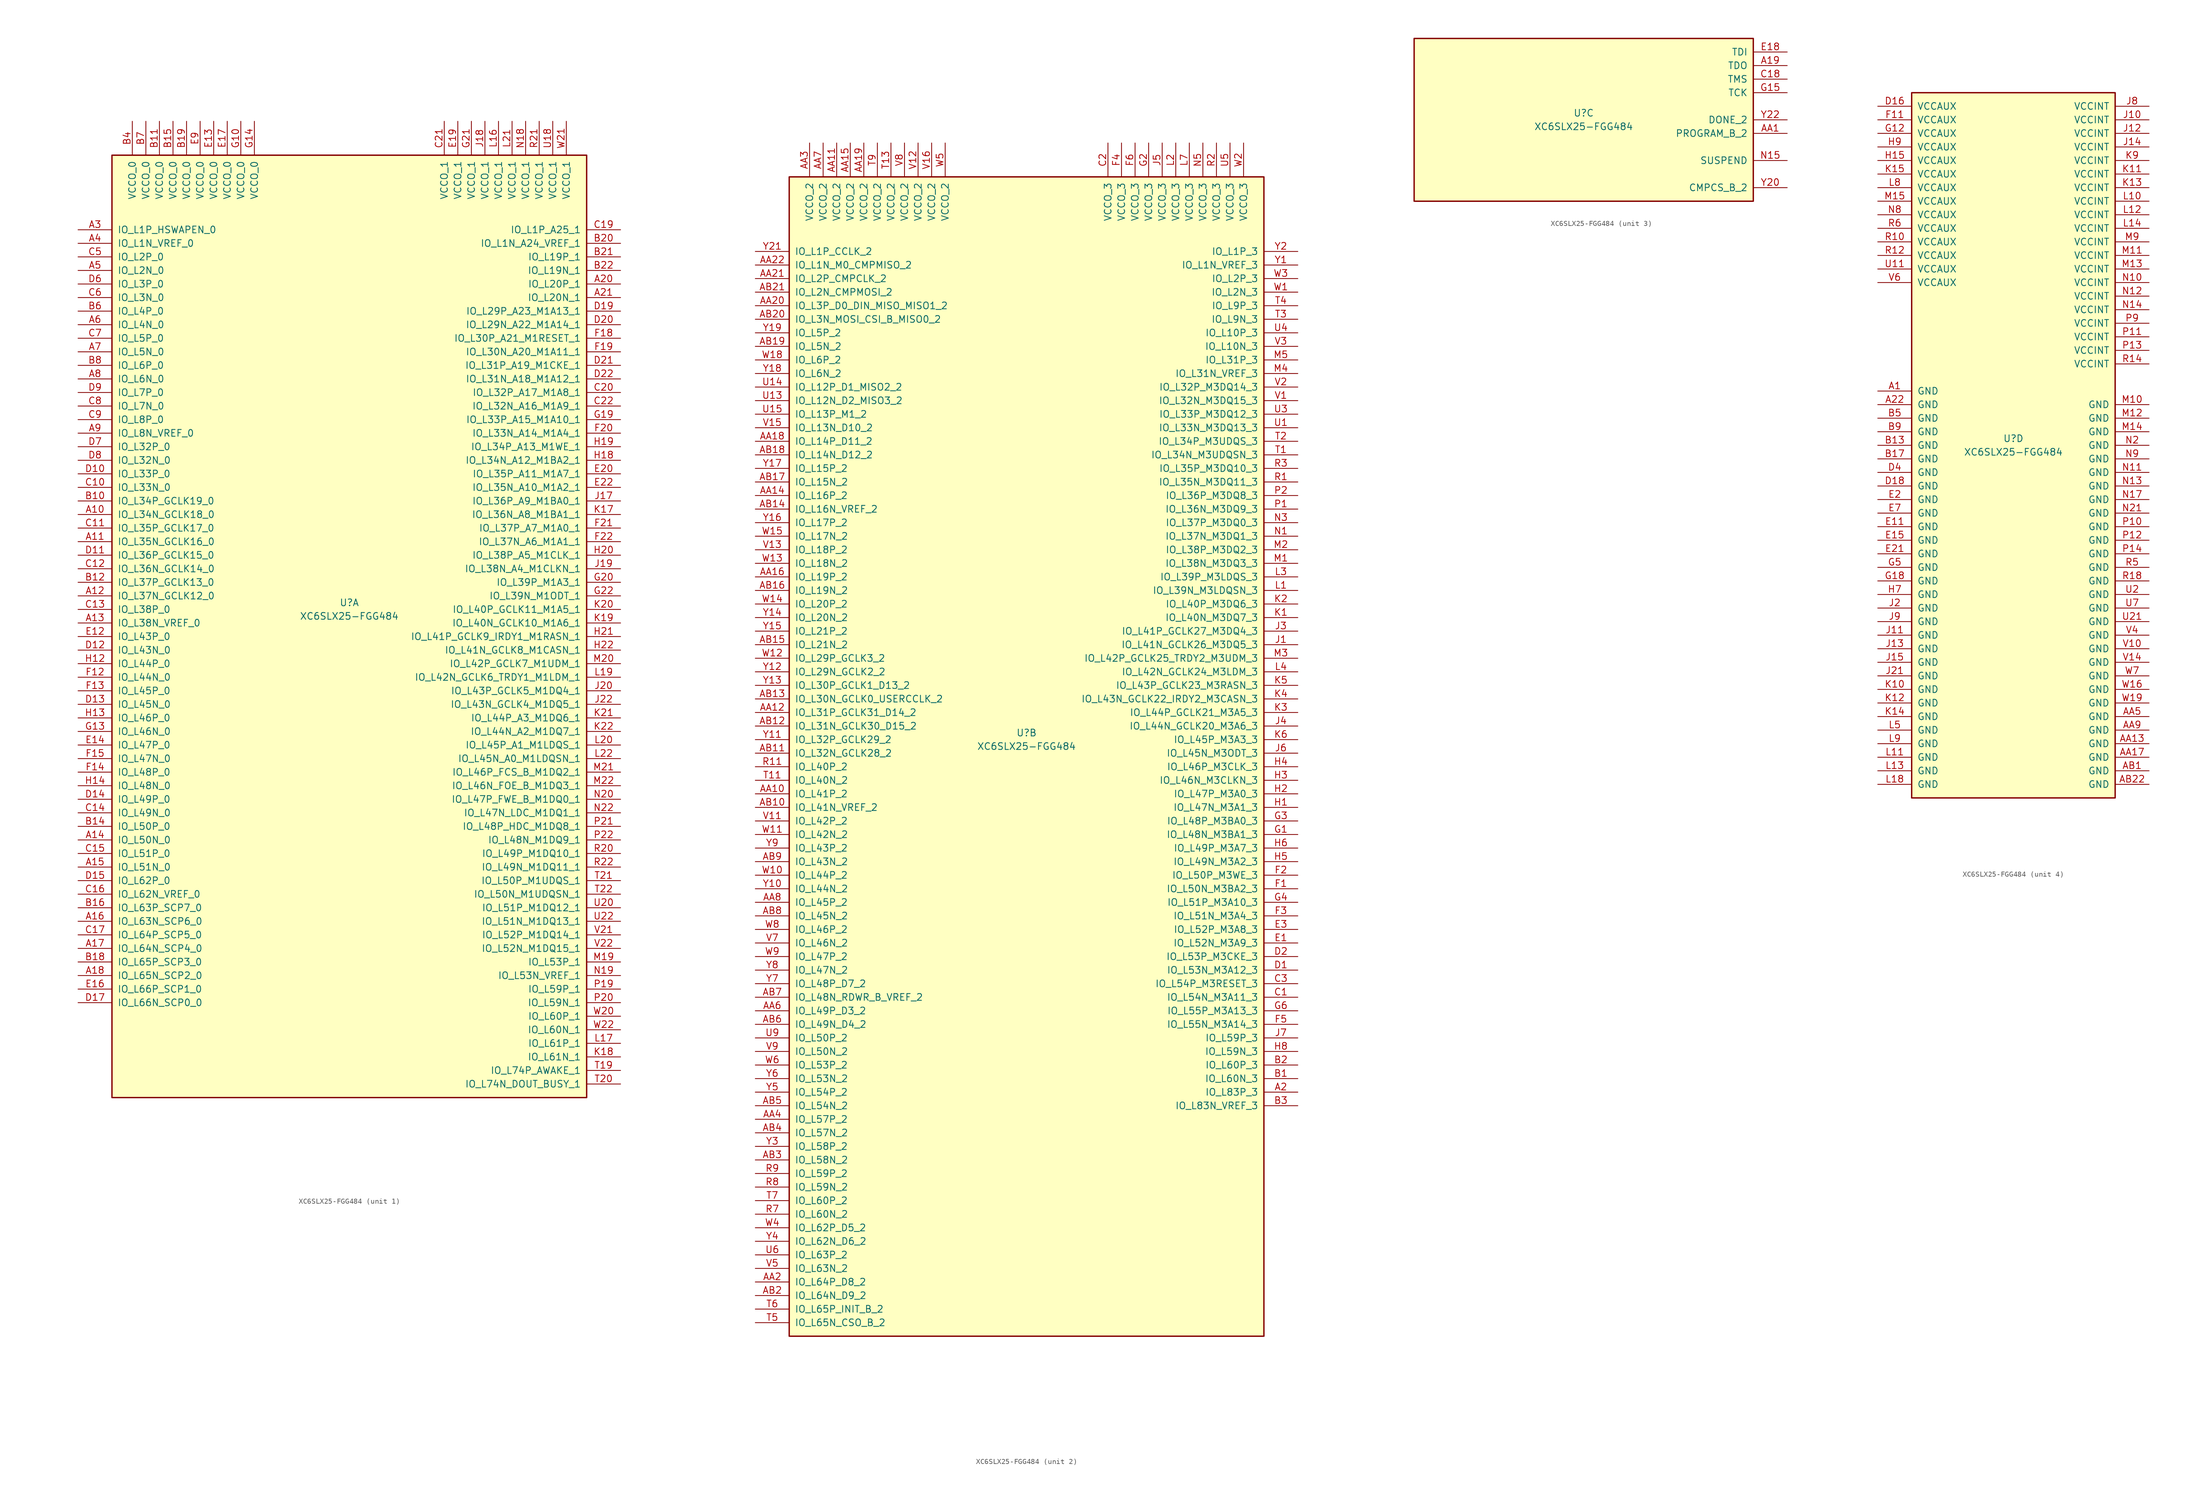
<source format=kicad_sym>
(kicad_symbol_lib
  (version 20201005)
  (generator kicad_symbol_editor)
  (symbol "XC6SLX25-FGG484"
    (pin_names
      (offset 1.016))
    (property "Reference" "U"
      (at 0 1.27 0)
      (effects (font (size 1.27 1.27))))
    (property "Value" "XC6SLX25-FGG484"
      (at 0 -1.27 0)
      (effects (font (size 1.27 1.27))))
    (property "Datasheet" ""
      (at 0 0 0)
      (effects (font (size 1.27 1.27))))
    (property "ki_locked" ""
      (at 0 0 0)
      (effects (font (size 1.27 1.27))))
    (symbol "XC6SLX25-FGG484_1_1"
      (rectangle (start -44.45 85.09) (end 44.45 -91.44) (stroke (width 0.254)) (fill (type background)))
      (pin power_in line (at -40.64 91.44 270) (length 6.35) (name "VCCO_0" (effects (font (size 1.27 1.27)))) (number "B4" (effects (font (size 1.27 1.27)))))
      (pin power_in line (at -38.1 91.44 270) (length 6.35) (name "VCCO_0" (effects (font (size 1.27 1.27)))) (number "B7" (effects (font (size 1.27 1.27)))))
      (pin power_in line (at -35.56 91.44 270) (length 6.35) (name "VCCO_0" (effects (font (size 1.27 1.27)))) (number "B11" (effects (font (size 1.27 1.27)))))
      (pin power_in line (at -33.02 91.44 270) (length 6.35) (name "VCCO_0" (effects (font (size 1.27 1.27)))) (number "B15" (effects (font (size 1.27 1.27)))))
      (pin power_in line (at -30.48 91.44 270) (length 6.35) (name "VCCO_0" (effects (font (size 1.27 1.27)))) (number "B19" (effects (font (size 1.27 1.27)))))
      (pin power_in line (at -27.94 91.44 270) (length 6.35) (name "VCCO_0" (effects (font (size 1.27 1.27)))) (number "E9" (effects (font (size 1.27 1.27)))))
      (pin power_in line (at -25.4 91.44 270) (length 6.35) (name "VCCO_0" (effects (font (size 1.27 1.27)))) (number "E13" (effects (font (size 1.27 1.27)))))
      (pin power_in line (at -22.86 91.44 270) (length 6.35) (name "VCCO_0" (effects (font (size 1.27 1.27)))) (number "E17" (effects (font (size 1.27 1.27)))))
      (pin power_in line (at -20.32 91.44 270) (length 6.35) (name "VCCO_0" (effects (font (size 1.27 1.27)))) (number "G10" (effects (font (size 1.27 1.27)))))
      (pin power_in line (at -17.78 91.44 270) (length 6.35) (name "VCCO_0" (effects (font (size 1.27 1.27)))) (number "G14" (effects (font (size 1.27 1.27)))))
      (pin bidirectional line (at -50.8 71.12 0) (length 6.35) (name "IO_L1P_HSWAPEN_0" (effects (font (size 1.27 1.27)))) (number "A3" (effects (font (size 1.27 1.27)))))
      (pin bidirectional line (at -50.8 68.58 0) (length 6.35) (name "IO_L1N_VREF_0" (effects (font (size 1.27 1.27)))) (number "A4" (effects (font (size 1.27 1.27)))))
      (pin bidirectional line (at -50.8 66.04 0) (length 6.35) (name "IO_L2P_0" (effects (font (size 1.27 1.27)))) (number "C5" (effects (font (size 1.27 1.27)))))
      (pin bidirectional line (at -50.8 63.5 0) (length 6.35) (name "IO_L2N_0" (effects (font (size 1.27 1.27)))) (number "A5" (effects (font (size 1.27 1.27)))))
      (pin bidirectional line (at -50.8 60.96 0) (length 6.35) (name "IO_L3P_0" (effects (font (size 1.27 1.27)))) (number "D6" (effects (font (size 1.27 1.27)))))
      (pin bidirectional line (at -50.8 58.42 0) (length 6.35) (name "IO_L3N_0" (effects (font (size 1.27 1.27)))) (number "C6" (effects (font (size 1.27 1.27)))))
      (pin bidirectional line (at -50.8 55.88 0) (length 6.35) (name "IO_L4P_0" (effects (font (size 1.27 1.27)))) (number "B6" (effects (font (size 1.27 1.27)))))
      (pin bidirectional line (at -50.8 53.34 0) (length 6.35) (name "IO_L4N_0" (effects (font (size 1.27 1.27)))) (number "A6" (effects (font (size 1.27 1.27)))))
      (pin bidirectional line (at -50.8 50.8 0) (length 6.35) (name "IO_L5P_0" (effects (font (size 1.27 1.27)))) (number "C7" (effects (font (size 1.27 1.27)))))
      (pin bidirectional line (at -50.8 48.26 0) (length 6.35) (name "IO_L5N_0" (effects (font (size 1.27 1.27)))) (number "A7" (effects (font (size 1.27 1.27)))))
      (pin bidirectional line (at -50.8 45.72 0) (length 6.35) (name "IO_L6P_0" (effects (font (size 1.27 1.27)))) (number "B8" (effects (font (size 1.27 1.27)))))
      (pin bidirectional line (at -50.8 43.18 0) (length 6.35) (name "IO_L6N_0" (effects (font (size 1.27 1.27)))) (number "A8" (effects (font (size 1.27 1.27)))))
      (pin bidirectional line (at -50.8 40.64 0) (length 6.35) (name "IO_L7P_0" (effects (font (size 1.27 1.27)))) (number "D9" (effects (font (size 1.27 1.27)))))
      (pin bidirectional line (at -50.8 38.1 0) (length 6.35) (name "IO_L7N_0" (effects (font (size 1.27 1.27)))) (number "C8" (effects (font (size 1.27 1.27)))))
      (pin bidirectional line (at -50.8 35.56 0) (length 6.35) (name "IO_L8P_0" (effects (font (size 1.27 1.27)))) (number "C9" (effects (font (size 1.27 1.27)))))
      (pin bidirectional line (at -50.8 33.02 0) (length 6.35) (name "IO_L8N_VREF_0" (effects (font (size 1.27 1.27)))) (number "A9" (effects (font (size 1.27 1.27)))))
      (pin bidirectional line (at -50.8 30.48 0) (length 6.35) (name "IO_L32P_0" (effects (font (size 1.27 1.27)))) (number "D7" (effects (font (size 1.27 1.27)))))
      (pin bidirectional line (at -50.8 27.94 0) (length 6.35) (name "IO_L32N_0" (effects (font (size 1.27 1.27)))) (number "D8" (effects (font (size 1.27 1.27)))))
      (pin bidirectional line (at -50.8 25.4 0) (length 6.35) (name "IO_L33P_0" (effects (font (size 1.27 1.27)))) (number "D10" (effects (font (size 1.27 1.27)))))
      (pin bidirectional line (at -50.8 22.86 0) (length 6.35) (name "IO_L33N_0" (effects (font (size 1.27 1.27)))) (number "C10" (effects (font (size 1.27 1.27)))))
      (pin bidirectional line (at -50.8 20.32 0) (length 6.35) (name "IO_L34P_GCLK19_0" (effects (font (size 1.27 1.27)))) (number "B10" (effects (font (size 1.27 1.27)))))
      (pin bidirectional line (at -50.8 17.78 0) (length 6.35) (name "IO_L34N_GCLK18_0" (effects (font (size 1.27 1.27)))) (number "A10" (effects (font (size 1.27 1.27)))))
      (pin bidirectional line (at -50.8 15.24 0) (length 6.35) (name "IO_L35P_GCLK17_0" (effects (font (size 1.27 1.27)))) (number "C11" (effects (font (size 1.27 1.27)))))
      (pin bidirectional line (at -50.8 12.7 0) (length 6.35) (name "IO_L35N_GCLK16_0" (effects (font (size 1.27 1.27)))) (number "A11" (effects (font (size 1.27 1.27)))))
      (pin bidirectional line (at -50.8 10.16 0) (length 6.35) (name "IO_L36P_GCLK15_0" (effects (font (size 1.27 1.27)))) (number "D11" (effects (font (size 1.27 1.27)))))
      (pin bidirectional line (at -50.8 7.62 0) (length 6.35) (name "IO_L36N_GCLK14_0" (effects (font (size 1.27 1.27)))) (number "C12" (effects (font (size 1.27 1.27)))))
      (pin bidirectional line (at -50.8 5.08 0) (length 6.35) (name "IO_L37P_GCLK13_0" (effects (font (size 1.27 1.27)))) (number "B12" (effects (font (size 1.27 1.27)))))
      (pin bidirectional line (at -50.8 2.54 0) (length 6.35) (name "IO_L37N_GCLK12_0" (effects (font (size 1.27 1.27)))) (number "A12" (effects (font (size 1.27 1.27)))))
      (pin bidirectional line (at -50.8 0 0) (length 6.35) (name "IO_L38P_0" (effects (font (size 1.27 1.27)))) (number "C13" (effects (font (size 1.27 1.27)))))
      (pin bidirectional line (at -50.8 -2.54 0) (length 6.35) (name "IO_L38N_VREF_0" (effects (font (size 1.27 1.27)))) (number "A13" (effects (font (size 1.27 1.27)))))
      (pin bidirectional line (at -50.8 -5.08 0) (length 6.35) (name "IO_L43P_0" (effects (font (size 1.27 1.27)))) (number "E12" (effects (font (size 1.27 1.27)))))
      (pin bidirectional line (at -50.8 -7.62 0) (length 6.35) (name "IO_L43N_0" (effects (font (size 1.27 1.27)))) (number "D12" (effects (font (size 1.27 1.27)))))
      (pin bidirectional line (at -50.8 -10.16 0) (length 6.35) (name "IO_L44P_0" (effects (font (size 1.27 1.27)))) (number "H12" (effects (font (size 1.27 1.27)))))
      (pin bidirectional line (at -50.8 -12.7 0) (length 6.35) (name "IO_L44N_0" (effects (font (size 1.27 1.27)))) (number "F12" (effects (font (size 1.27 1.27)))))
      (pin bidirectional line (at -50.8 -15.24 0) (length 6.35) (name "IO_L45P_0" (effects (font (size 1.27 1.27)))) (number "F13" (effects (font (size 1.27 1.27)))))
      (pin bidirectional line (at -50.8 -17.78 0) (length 6.35) (name "IO_L45N_0" (effects (font (size 1.27 1.27)))) (number "D13" (effects (font (size 1.27 1.27)))))
      (pin bidirectional line (at -50.8 -20.32 0) (length 6.35) (name "IO_L46P_0" (effects (font (size 1.27 1.27)))) (number "H13" (effects (font (size 1.27 1.27)))))
      (pin bidirectional line (at -50.8 -22.86 0) (length 6.35) (name "IO_L46N_0" (effects (font (size 1.27 1.27)))) (number "G13" (effects (font (size 1.27 1.27)))))
      (pin bidirectional line (at -50.8 -25.4 0) (length 6.35) (name "IO_L47P_0" (effects (font (size 1.27 1.27)))) (number "E14" (effects (font (size 1.27 1.27)))))
      (pin bidirectional line (at -50.8 -27.94 0) (length 6.35) (name "IO_L47N_0" (effects (font (size 1.27 1.27)))) (number "F15" (effects (font (size 1.27 1.27)))))
      (pin bidirectional line (at -50.8 -30.48 0) (length 6.35) (name "IO_L48P_0" (effects (font (size 1.27 1.27)))) (number "F14" (effects (font (size 1.27 1.27)))))
      (pin bidirectional line (at -50.8 -33.02 0) (length 6.35) (name "IO_L48N_0" (effects (font (size 1.27 1.27)))) (number "H14" (effects (font (size 1.27 1.27)))))
      (pin bidirectional line (at -50.8 -35.56 0) (length 6.35) (name "IO_L49P_0" (effects (font (size 1.27 1.27)))) (number "D14" (effects (font (size 1.27 1.27)))))
      (pin bidirectional line (at -50.8 -38.1 0) (length 6.35) (name "IO_L49N_0" (effects (font (size 1.27 1.27)))) (number "C14" (effects (font (size 1.27 1.27)))))
      (pin bidirectional line (at -50.8 -40.64 0) (length 6.35) (name "IO_L50P_0" (effects (font (size 1.27 1.27)))) (number "B14" (effects (font (size 1.27 1.27)))))
      (pin bidirectional line (at -50.8 -43.18 0) (length 6.35) (name "IO_L50N_0" (effects (font (size 1.27 1.27)))) (number "A14" (effects (font (size 1.27 1.27)))))
      (pin bidirectional line (at -50.8 -45.72 0) (length 6.35) (name "IO_L51P_0" (effects (font (size 1.27 1.27)))) (number "C15" (effects (font (size 1.27 1.27)))))
      (pin bidirectional line (at -50.8 -48.26 0) (length 6.35) (name "IO_L51N_0" (effects (font (size 1.27 1.27)))) (number "A15" (effects (font (size 1.27 1.27)))))
      (pin bidirectional line (at -50.8 -50.8 0) (length 6.35) (name "IO_L62P_0" (effects (font (size 1.27 1.27)))) (number "D15" (effects (font (size 1.27 1.27)))))
      (pin bidirectional line (at -50.8 -53.34 0) (length 6.35) (name "IO_L62N_VREF_0" (effects (font (size 1.27 1.27)))) (number "C16" (effects (font (size 1.27 1.27)))))
      (pin bidirectional line (at -50.8 -55.88 0) (length 6.35) (name "IO_L63P_SCP7_0" (effects (font (size 1.27 1.27)))) (number "B16" (effects (font (size 1.27 1.27)))))
      (pin bidirectional line (at -50.8 -58.42 0) (length 6.35) (name "IO_L63N_SCP6_0" (effects (font (size 1.27 1.27)))) (number "A16" (effects (font (size 1.27 1.27)))))
      (pin bidirectional line (at -50.8 -60.96 0) (length 6.35) (name "IO_L64P_SCP5_0" (effects (font (size 1.27 1.27)))) (number "C17" (effects (font (size 1.27 1.27)))))
      (pin bidirectional line (at -50.8 -63.5 0) (length 6.35) (name "IO_L64N_SCP4_0" (effects (font (size 1.27 1.27)))) (number "A17" (effects (font (size 1.27 1.27)))))
      (pin bidirectional line (at -50.8 -66.04 0) (length 6.35) (name "IO_L65P_SCP3_0" (effects (font (size 1.27 1.27)))) (number "B18" (effects (font (size 1.27 1.27)))))
      (pin bidirectional line (at -50.8 -68.58 0) (length 6.35) (name "IO_L65N_SCP2_0" (effects (font (size 1.27 1.27)))) (number "A18" (effects (font (size 1.27 1.27)))))
      (pin bidirectional line (at -50.8 -71.12 0) (length 6.35) (name "IO_L66P_SCP1_0" (effects (font (size 1.27 1.27)))) (number "E16" (effects (font (size 1.27 1.27)))))
      (pin bidirectional line (at -50.8 -73.66 0) (length 6.35) (name "IO_L66N_SCP0_0" (effects (font (size 1.27 1.27)))) (number "D17" (effects (font (size 1.27 1.27)))))
      (pin power_in line (at 17.78 91.44 270) (length 6.35) (name "VCCO_1" (effects (font (size 1.27 1.27)))) (number "C21" (effects (font (size 1.27 1.27)))))
      (pin power_in line (at 20.32 91.44 270) (length 6.35) (name "VCCO_1" (effects (font (size 1.27 1.27)))) (number "E19" (effects (font (size 1.27 1.27)))))
      (pin power_in line (at 22.86 91.44 270) (length 6.35) (name "VCCO_1" (effects (font (size 1.27 1.27)))) (number "G21" (effects (font (size 1.27 1.27)))))
      (pin power_in line (at 25.4 91.44 270) (length 6.35) (name "VCCO_1" (effects (font (size 1.27 1.27)))) (number "J18" (effects (font (size 1.27 1.27)))))
      (pin power_in line (at 27.94 91.44 270) (length 6.35) (name "VCCO_1" (effects (font (size 1.27 1.27)))) (number "L16" (effects (font (size 1.27 1.27)))))
      (pin power_in line (at 30.48 91.44 270) (length 6.35) (name "VCCO_1" (effects (font (size 1.27 1.27)))) (number "L21" (effects (font (size 1.27 1.27)))))
      (pin power_in line (at 33.02 91.44 270) (length 6.35) (name "VCCO_1" (effects (font (size 1.27 1.27)))) (number "N18" (effects (font (size 1.27 1.27)))))
      (pin power_in line (at 35.56 91.44 270) (length 6.35) (name "VCCO_1" (effects (font (size 1.27 1.27)))) (number "R21" (effects (font (size 1.27 1.27)))))
      (pin power_in line (at 38.1 91.44 270) (length 6.35) (name "VCCO_1" (effects (font (size 1.27 1.27)))) (number "U18" (effects (font (size 1.27 1.27)))))
      (pin power_in line (at 40.64 91.44 270) (length 6.35) (name "VCCO_1" (effects (font (size 1.27 1.27)))) (number "W21" (effects (font (size 1.27 1.27)))))
      (pin bidirectional line (at 50.8 71.12 180) (length 6.35) (name "IO_L1P_A25_1" (effects (font (size 1.27 1.27)))) (number "C19" (effects (font (size 1.27 1.27)))))
      (pin bidirectional line (at 50.8 68.58 180) (length 6.35) (name "IO_L1N_A24_VREF_1" (effects (font (size 1.27 1.27)))) (number "B20" (effects (font (size 1.27 1.27)))))
      (pin bidirectional line (at 50.8 66.04 180) (length 6.35) (name "IO_L19P_1" (effects (font (size 1.27 1.27)))) (number "B21" (effects (font (size 1.27 1.27)))))
      (pin bidirectional line (at 50.8 63.5 180) (length 6.35) (name "IO_L19N_1" (effects (font (size 1.27 1.27)))) (number "B22" (effects (font (size 1.27 1.27)))))
      (pin bidirectional line (at 50.8 60.96 180) (length 6.35) (name "IO_L20P_1" (effects (font (size 1.27 1.27)))) (number "A20" (effects (font (size 1.27 1.27)))))
      (pin bidirectional line (at 50.8 58.42 180) (length 6.35) (name "IO_L20N_1" (effects (font (size 1.27 1.27)))) (number "A21" (effects (font (size 1.27 1.27)))))
      (pin bidirectional line (at 50.8 55.88 180) (length 6.35) (name "IO_L29P_A23_M1A13_1" (effects (font (size 1.27 1.27)))) (number "D19" (effects (font (size 1.27 1.27)))))
      (pin bidirectional line (at 50.8 53.34 180) (length 6.35) (name "IO_L29N_A22_M1A14_1" (effects (font (size 1.27 1.27)))) (number "D20" (effects (font (size 1.27 1.27)))))
      (pin bidirectional line (at 50.8 50.8 180) (length 6.35) (name "IO_L30P_A21_M1RESET_1" (effects (font (size 1.27 1.27)))) (number "F18" (effects (font (size 1.27 1.27)))))
      (pin bidirectional line (at 50.8 48.26 180) (length 6.35) (name "IO_L30N_A20_M1A11_1" (effects (font (size 1.27 1.27)))) (number "F19" (effects (font (size 1.27 1.27)))))
      (pin bidirectional line (at 50.8 45.72 180) (length 6.35) (name "IO_L31P_A19_M1CKE_1" (effects (font (size 1.27 1.27)))) (number "D21" (effects (font (size 1.27 1.27)))))
      (pin bidirectional line (at 50.8 43.18 180) (length 6.35) (name "IO_L31N_A18_M1A12_1" (effects (font (size 1.27 1.27)))) (number "D22" (effects (font (size 1.27 1.27)))))
      (pin bidirectional line (at 50.8 40.64 180) (length 6.35) (name "IO_L32P_A17_M1A8_1" (effects (font (size 1.27 1.27)))) (number "C20" (effects (font (size 1.27 1.27)))))
      (pin bidirectional line (at 50.8 38.1 180) (length 6.35) (name "IO_L32N_A16_M1A9_1" (effects (font (size 1.27 1.27)))) (number "C22" (effects (font (size 1.27 1.27)))))
      (pin bidirectional line (at 50.8 35.56 180) (length 6.35) (name "IO_L33P_A15_M1A10_1" (effects (font (size 1.27 1.27)))) (number "G19" (effects (font (size 1.27 1.27)))))
      (pin bidirectional line (at 50.8 33.02 180) (length 6.35) (name "IO_L33N_A14_M1A4_1" (effects (font (size 1.27 1.27)))) (number "F20" (effects (font (size 1.27 1.27)))))
      (pin bidirectional line (at 50.8 30.48 180) (length 6.35) (name "IO_L34P_A13_M1WE_1" (effects (font (size 1.27 1.27)))) (number "H19" (effects (font (size 1.27 1.27)))))
      (pin bidirectional line (at 50.8 27.94 180) (length 6.35) (name "IO_L34N_A12_M1BA2_1" (effects (font (size 1.27 1.27)))) (number "H18" (effects (font (size 1.27 1.27)))))
      (pin bidirectional line (at 50.8 25.4 180) (length 6.35) (name "IO_L35P_A11_M1A7_1" (effects (font (size 1.27 1.27)))) (number "E20" (effects (font (size 1.27 1.27)))))
      (pin bidirectional line (at 50.8 22.86 180) (length 6.35) (name "IO_L35N_A10_M1A2_1" (effects (font (size 1.27 1.27)))) (number "E22" (effects (font (size 1.27 1.27)))))
      (pin bidirectional line (at 50.8 20.32 180) (length 6.35) (name "IO_L36P_A9_M1BA0_1" (effects (font (size 1.27 1.27)))) (number "J17" (effects (font (size 1.27 1.27)))))
      (pin bidirectional line (at 50.8 17.78 180) (length 6.35) (name "IO_L36N_A8_M1BA1_1" (effects (font (size 1.27 1.27)))) (number "K17" (effects (font (size 1.27 1.27)))))
      (pin bidirectional line (at 50.8 15.24 180) (length 6.35) (name "IO_L37P_A7_M1A0_1" (effects (font (size 1.27 1.27)))) (number "F21" (effects (font (size 1.27 1.27)))))
      (pin bidirectional line (at 50.8 12.7 180) (length 6.35) (name "IO_L37N_A6_M1A1_1" (effects (font (size 1.27 1.27)))) (number "F22" (effects (font (size 1.27 1.27)))))
      (pin bidirectional line (at 50.8 10.16 180) (length 6.35) (name "IO_L38P_A5_M1CLK_1" (effects (font (size 1.27 1.27)))) (number "H20" (effects (font (size 1.27 1.27)))))
      (pin bidirectional line (at 50.8 7.62 180) (length 6.35) (name "IO_L38N_A4_M1CLKN_1" (effects (font (size 1.27 1.27)))) (number "J19" (effects (font (size 1.27 1.27)))))
      (pin bidirectional line (at 50.8 5.08 180) (length 6.35) (name "IO_L39P_M1A3_1" (effects (font (size 1.27 1.27)))) (number "G20" (effects (font (size 1.27 1.27)))))
      (pin bidirectional line (at 50.8 2.54 180) (length 6.35) (name "IO_L39N_M1ODT_1" (effects (font (size 1.27 1.27)))) (number "G22" (effects (font (size 1.27 1.27)))))
      (pin bidirectional line (at 50.8 0 180) (length 6.35) (name "IO_L40P_GCLK11_M1A5_1" (effects (font (size 1.27 1.27)))) (number "K20" (effects (font (size 1.27 1.27)))))
      (pin bidirectional line (at 50.8 -2.54 180) (length 6.35) (name "IO_L40N_GCLK10_M1A6_1" (effects (font (size 1.27 1.27)))) (number "K19" (effects (font (size 1.27 1.27)))))
      (pin bidirectional line (at 50.8 -5.08 180) (length 6.35) (name "IO_L41P_GCLK9_IRDY1_M1RASN_1" (effects (font (size 1.27 1.27)))) (number "H21" (effects (font (size 1.27 1.27)))))
      (pin bidirectional line (at 50.8 -7.62 180) (length 6.35) (name "IO_L41N_GCLK8_M1CASN_1" (effects (font (size 1.27 1.27)))) (number "H22" (effects (font (size 1.27 1.27)))))
      (pin bidirectional line (at 50.8 -10.16 180) (length 6.35) (name "IO_L42P_GCLK7_M1UDM_1" (effects (font (size 1.27 1.27)))) (number "M20" (effects (font (size 1.27 1.27)))))
      (pin bidirectional line (at 50.8 -12.7 180) (length 6.35) (name "IO_L42N_GCLK6_TRDY1_M1LDM_1" (effects (font (size 1.27 1.27)))) (number "L19" (effects (font (size 1.27 1.27)))))
      (pin bidirectional line (at 50.8 -15.24 180) (length 6.35) (name "IO_L43P_GCLK5_M1DQ4_1" (effects (font (size 1.27 1.27)))) (number "J20" (effects (font (size 1.27 1.27)))))
      (pin bidirectional line (at 50.8 -17.78 180) (length 6.35) (name "IO_L43N_GCLK4_M1DQ5_1" (effects (font (size 1.27 1.27)))) (number "J22" (effects (font (size 1.27 1.27)))))
      (pin bidirectional line (at 50.8 -20.32 180) (length 6.35) (name "IO_L44P_A3_M1DQ6_1" (effects (font (size 1.27 1.27)))) (number "K21" (effects (font (size 1.27 1.27)))))
      (pin bidirectional line (at 50.8 -22.86 180) (length 6.35) (name "IO_L44N_A2_M1DQ7_1" (effects (font (size 1.27 1.27)))) (number "K22" (effects (font (size 1.27 1.27)))))
      (pin bidirectional line (at 50.8 -25.4 180) (length 6.35) (name "IO_L45P_A1_M1LDQS_1" (effects (font (size 1.27 1.27)))) (number "L20" (effects (font (size 1.27 1.27)))))
      (pin bidirectional line (at 50.8 -27.94 180) (length 6.35) (name "IO_L45N_A0_M1LDQSN_1" (effects (font (size 1.27 1.27)))) (number "L22" (effects (font (size 1.27 1.27)))))
      (pin bidirectional line (at 50.8 -30.48 180) (length 6.35) (name "IO_L46P_FCS_B_M1DQ2_1" (effects (font (size 1.27 1.27)))) (number "M21" (effects (font (size 1.27 1.27)))))
      (pin bidirectional line (at 50.8 -33.02 180) (length 6.35) (name "IO_L46N_FOE_B_M1DQ3_1" (effects (font (size 1.27 1.27)))) (number "M22" (effects (font (size 1.27 1.27)))))
      (pin bidirectional line (at 50.8 -35.56 180) (length 6.35) (name "IO_L47P_FWE_B_M1DQ0_1" (effects (font (size 1.27 1.27)))) (number "N20" (effects (font (size 1.27 1.27)))))
      (pin bidirectional line (at 50.8 -38.1 180) (length 6.35) (name "IO_L47N_LDC_M1DQ1_1" (effects (font (size 1.27 1.27)))) (number "N22" (effects (font (size 1.27 1.27)))))
      (pin bidirectional line (at 50.8 -40.64 180) (length 6.35) (name "IO_L48P_HDC_M1DQ8_1" (effects (font (size 1.27 1.27)))) (number "P21" (effects (font (size 1.27 1.27)))))
      (pin bidirectional line (at 50.8 -43.18 180) (length 6.35) (name "IO_L48N_M1DQ9_1" (effects (font (size 1.27 1.27)))) (number "P22" (effects (font (size 1.27 1.27)))))
      (pin bidirectional line (at 50.8 -45.72 180) (length 6.35) (name "IO_L49P_M1DQ10_1" (effects (font (size 1.27 1.27)))) (number "R20" (effects (font (size 1.27 1.27)))))
      (pin bidirectional line (at 50.8 -48.26 180) (length 6.35) (name "IO_L49N_M1DQ11_1" (effects (font (size 1.27 1.27)))) (number "R22" (effects (font (size 1.27 1.27)))))
      (pin bidirectional line (at 50.8 -50.8 180) (length 6.35) (name "IO_L50P_M1UDQS_1" (effects (font (size 1.27 1.27)))) (number "T21" (effects (font (size 1.27 1.27)))))
      (pin bidirectional line (at 50.8 -53.34 180) (length 6.35) (name "IO_L50N_M1UDQSN_1" (effects (font (size 1.27 1.27)))) (number "T22" (effects (font (size 1.27 1.27)))))
      (pin bidirectional line (at 50.8 -55.88 180) (length 6.35) (name "IO_L51P_M1DQ12_1" (effects (font (size 1.27 1.27)))) (number "U20" (effects (font (size 1.27 1.27)))))
      (pin bidirectional line (at 50.8 -58.42 180) (length 6.35) (name "IO_L51N_M1DQ13_1" (effects (font (size 1.27 1.27)))) (number "U22" (effects (font (size 1.27 1.27)))))
      (pin bidirectional line (at 50.8 -60.96 180) (length 6.35) (name "IO_L52P_M1DQ14_1" (effects (font (size 1.27 1.27)))) (number "V21" (effects (font (size 1.27 1.27)))))
      (pin bidirectional line (at 50.8 -63.5 180) (length 6.35) (name "IO_L52N_M1DQ15_1" (effects (font (size 1.27 1.27)))) (number "V22" (effects (font (size 1.27 1.27)))))
      (pin bidirectional line (at 50.8 -66.04 180) (length 6.35) (name "IO_L53P_1" (effects (font (size 1.27 1.27)))) (number "M19" (effects (font (size 1.27 1.27)))))
      (pin bidirectional line (at 50.8 -68.58 180) (length 6.35) (name "IO_L53N_VREF_1" (effects (font (size 1.27 1.27)))) (number "N19" (effects (font (size 1.27 1.27)))))
      (pin bidirectional line (at 50.8 -71.12 180) (length 6.35) (name "IO_L59P_1" (effects (font (size 1.27 1.27)))) (number "P19" (effects (font (size 1.27 1.27)))))
      (pin bidirectional line (at 50.8 -73.66 180) (length 6.35) (name "IO_L59N_1" (effects (font (size 1.27 1.27)))) (number "P20" (effects (font (size 1.27 1.27)))))
      (pin bidirectional line (at 50.8 -76.2 180) (length 6.35) (name "IO_L60P_1" (effects (font (size 1.27 1.27)))) (number "W20" (effects (font (size 1.27 1.27)))))
      (pin bidirectional line (at 50.8 -78.74 180) (length 6.35) (name "IO_L60N_1" (effects (font (size 1.27 1.27)))) (number "W22" (effects (font (size 1.27 1.27)))))
      (pin bidirectional line (at 50.8 -81.28 180) (length 6.35) (name "IO_L61P_1" (effects (font (size 1.27 1.27)))) (number "L17" (effects (font (size 1.27 1.27)))))
      (pin bidirectional line (at 50.8 -83.82 180) (length 6.35) (name "IO_L61N_1" (effects (font (size 1.27 1.27)))) (number "K18" (effects (font (size 1.27 1.27)))))
      (pin bidirectional line (at 50.8 -86.36 180) (length 6.35) (name "IO_L74P_AWAKE_1" (effects (font (size 1.27 1.27)))) (number "T19" (effects (font (size 1.27 1.27)))))
      (pin bidirectional line (at 50.8 -88.9 180) (length 6.35) (name "IO_L74N_DOUT_BUSY_1" (effects (font (size 1.27 1.27)))) (number "T20" (effects (font (size 1.27 1.27))))))
    (symbol "XC6SLX25-FGG484_2_1"
      (rectangle (start -44.45 105.41) (end 44.45 -111.76) (stroke (width 0.254)) (fill (type background)))
      (pin power_in line (at -40.64 111.76 270) (length 6.35) (name "VCCO_2" (effects (font (size 1.27 1.27)))) (number "AA3" (effects (font (size 1.27 1.27)))))
      (pin power_in line (at -38.1 111.76 270) (length 6.35) (name "VCCO_2" (effects (font (size 1.27 1.27)))) (number "AA7" (effects (font (size 1.27 1.27)))))
      (pin power_in line (at -35.56 111.76 270) (length 6.35) (name "VCCO_2" (effects (font (size 1.27 1.27)))) (number "AA11" (effects (font (size 1.27 1.27)))))
      (pin power_in line (at -33.02 111.76 270) (length 6.35) (name "VCCO_2" (effects (font (size 1.27 1.27)))) (number "AA15" (effects (font (size 1.27 1.27)))))
      (pin power_in line (at -30.48 111.76 270) (length 6.35) (name "VCCO_2" (effects (font (size 1.27 1.27)))) (number "AA19" (effects (font (size 1.27 1.27)))))
      (pin power_in line (at -27.94 111.76 270) (length 6.35) (name "VCCO_2" (effects (font (size 1.27 1.27)))) (number "T9" (effects (font (size 1.27 1.27)))))
      (pin power_in line (at -25.4 111.76 270) (length 6.35) (name "VCCO_2" (effects (font (size 1.27 1.27)))) (number "T13" (effects (font (size 1.27 1.27)))))
      (pin power_in line (at -22.86 111.76 270) (length 6.35) (name "VCCO_2" (effects (font (size 1.27 1.27)))) (number "V8" (effects (font (size 1.27 1.27)))))
      (pin power_in line (at -20.32 111.76 270) (length 6.35) (name "VCCO_2" (effects (font (size 1.27 1.27)))) (number "V12" (effects (font (size 1.27 1.27)))))
      (pin power_in line (at -17.78 111.76 270) (length 6.35) (name "VCCO_2" (effects (font (size 1.27 1.27)))) (number "V16" (effects (font (size 1.27 1.27)))))
      (pin power_in line (at -15.24 111.76 270) (length 6.35) (name "VCCO_2" (effects (font (size 1.27 1.27)))) (number "W5" (effects (font (size 1.27 1.27)))))
      (pin bidirectional line (at -50.8 91.44 0) (length 6.35) (name "IO_L1P_CCLK_2" (effects (font (size 1.27 1.27)))) (number "Y21" (effects (font (size 1.27 1.27)))))
      (pin bidirectional line (at -50.8 88.9 0) (length 6.35) (name "IO_L1N_M0_CMPMISO_2" (effects (font (size 1.27 1.27)))) (number "AA22" (effects (font (size 1.27 1.27)))))
      (pin bidirectional line (at -50.8 86.36 0) (length 6.35) (name "IO_L2P_CMPCLK_2" (effects (font (size 1.27 1.27)))) (number "AA21" (effects (font (size 1.27 1.27)))))
      (pin bidirectional line (at -50.8 83.82 0) (length 6.35) (name "IO_L2N_CMPMOSI_2" (effects (font (size 1.27 1.27)))) (number "AB21" (effects (font (size 1.27 1.27)))))
      (pin bidirectional line (at -50.8 81.28 0) (length 6.35) (name "IO_L3P_D0_DIN_MISO_MISO1_2" (effects (font (size 1.27 1.27)))) (number "AA20" (effects (font (size 1.27 1.27)))))
      (pin bidirectional line (at -50.8 78.74 0) (length 6.35) (name "IO_L3N_MOSI_CSI_B_MISO0_2" (effects (font (size 1.27 1.27)))) (number "AB20" (effects (font (size 1.27 1.27)))))
      (pin bidirectional line (at -50.8 76.2 0) (length 6.35) (name "IO_L5P_2" (effects (font (size 1.27 1.27)))) (number "Y19" (effects (font (size 1.27 1.27)))))
      (pin bidirectional line (at -50.8 73.66 0) (length 6.35) (name "IO_L5N_2" (effects (font (size 1.27 1.27)))) (number "AB19" (effects (font (size 1.27 1.27)))))
      (pin bidirectional line (at -50.8 71.12 0) (length 6.35) (name "IO_L6P_2" (effects (font (size 1.27 1.27)))) (number "W18" (effects (font (size 1.27 1.27)))))
      (pin bidirectional line (at -50.8 68.58 0) (length 6.35) (name "IO_L6N_2" (effects (font (size 1.27 1.27)))) (number "Y18" (effects (font (size 1.27 1.27)))))
      (pin bidirectional line (at -50.8 66.04 0) (length 6.35) (name "IO_L12P_D1_MISO2_2" (effects (font (size 1.27 1.27)))) (number "U14" (effects (font (size 1.27 1.27)))))
      (pin bidirectional line (at -50.8 63.5 0) (length 6.35) (name "IO_L12N_D2_MISO3_2" (effects (font (size 1.27 1.27)))) (number "U13" (effects (font (size 1.27 1.27)))))
      (pin bidirectional line (at -50.8 60.96 0) (length 6.35) (name "IO_L13P_M1_2" (effects (font (size 1.27 1.27)))) (number "U15" (effects (font (size 1.27 1.27)))))
      (pin bidirectional line (at -50.8 58.42 0) (length 6.35) (name "IO_L13N_D10_2" (effects (font (size 1.27 1.27)))) (number "V15" (effects (font (size 1.27 1.27)))))
      (pin bidirectional line (at -50.8 55.88 0) (length 6.35) (name "IO_L14P_D11_2" (effects (font (size 1.27 1.27)))) (number "AA18" (effects (font (size 1.27 1.27)))))
      (pin bidirectional line (at -50.8 53.34 0) (length 6.35) (name "IO_L14N_D12_2" (effects (font (size 1.27 1.27)))) (number "AB18" (effects (font (size 1.27 1.27)))))
      (pin bidirectional line (at -50.8 50.8 0) (length 6.35) (name "IO_L15P_2" (effects (font (size 1.27 1.27)))) (number "Y17" (effects (font (size 1.27 1.27)))))
      (pin bidirectional line (at -50.8 48.26 0) (length 6.35) (name "IO_L15N_2" (effects (font (size 1.27 1.27)))) (number "AB17" (effects (font (size 1.27 1.27)))))
      (pin bidirectional line (at -50.8 45.72 0) (length 6.35) (name "IO_L16P_2" (effects (font (size 1.27 1.27)))) (number "AA14" (effects (font (size 1.27 1.27)))))
      (pin bidirectional line (at -50.8 43.18 0) (length 6.35) (name "IO_L16N_VREF_2" (effects (font (size 1.27 1.27)))) (number "AB14" (effects (font (size 1.27 1.27)))))
      (pin bidirectional line (at -50.8 40.64 0) (length 6.35) (name "IO_L17P_2" (effects (font (size 1.27 1.27)))) (number "Y16" (effects (font (size 1.27 1.27)))))
      (pin bidirectional line (at -50.8 38.1 0) (length 6.35) (name "IO_L17N_2" (effects (font (size 1.27 1.27)))) (number "W15" (effects (font (size 1.27 1.27)))))
      (pin bidirectional line (at -50.8 35.56 0) (length 6.35) (name "IO_L18P_2" (effects (font (size 1.27 1.27)))) (number "V13" (effects (font (size 1.27 1.27)))))
      (pin bidirectional line (at -50.8 33.02 0) (length 6.35) (name "IO_L18N_2" (effects (font (size 1.27 1.27)))) (number "W13" (effects (font (size 1.27 1.27)))))
      (pin bidirectional line (at -50.8 30.48 0) (length 6.35) (name "IO_L19P_2" (effects (font (size 1.27 1.27)))) (number "AA16" (effects (font (size 1.27 1.27)))))
      (pin bidirectional line (at -50.8 27.94 0) (length 6.35) (name "IO_L19N_2" (effects (font (size 1.27 1.27)))) (number "AB16" (effects (font (size 1.27 1.27)))))
      (pin bidirectional line (at -50.8 25.4 0) (length 6.35) (name "IO_L20P_2" (effects (font (size 1.27 1.27)))) (number "W14" (effects (font (size 1.27 1.27)))))
      (pin bidirectional line (at -50.8 22.86 0) (length 6.35) (name "IO_L20N_2" (effects (font (size 1.27 1.27)))) (number "Y14" (effects (font (size 1.27 1.27)))))
      (pin bidirectional line (at -50.8 20.32 0) (length 6.35) (name "IO_L21P_2" (effects (font (size 1.27 1.27)))) (number "Y15" (effects (font (size 1.27 1.27)))))
      (pin bidirectional line (at -50.8 17.78 0) (length 6.35) (name "IO_L21N_2" (effects (font (size 1.27 1.27)))) (number "AB15" (effects (font (size 1.27 1.27)))))
      (pin bidirectional line (at -50.8 15.24 0) (length 6.35) (name "IO_L29P_GCLK3_2" (effects (font (size 1.27 1.27)))) (number "W12" (effects (font (size 1.27 1.27)))))
      (pin bidirectional line (at -50.8 12.7 0) (length 6.35) (name "IO_L29N_GCLK2_2" (effects (font (size 1.27 1.27)))) (number "Y12" (effects (font (size 1.27 1.27)))))
      (pin bidirectional line (at -50.8 10.16 0) (length 6.35) (name "IO_L30P_GCLK1_D13_2" (effects (font (size 1.27 1.27)))) (number "Y13" (effects (font (size 1.27 1.27)))))
      (pin bidirectional line (at -50.8 7.62 0) (length 6.35) (name "IO_L30N_GCLK0_USERCCLK_2" (effects (font (size 1.27 1.27)))) (number "AB13" (effects (font (size 1.27 1.27)))))
      (pin bidirectional line (at -50.8 5.08 0) (length 6.35) (name "IO_L31P_GCLK31_D14_2" (effects (font (size 1.27 1.27)))) (number "AA12" (effects (font (size 1.27 1.27)))))
      (pin bidirectional line (at -50.8 2.54 0) (length 6.35) (name "IO_L31N_GCLK30_D15_2" (effects (font (size 1.27 1.27)))) (number "AB12" (effects (font (size 1.27 1.27)))))
      (pin bidirectional line (at -50.8 0 0) (length 6.35) (name "IO_L32P_GCLK29_2" (effects (font (size 1.27 1.27)))) (number "Y11" (effects (font (size 1.27 1.27)))))
      (pin bidirectional line (at -50.8 -2.54 0) (length 6.35) (name "IO_L32N_GCLK28_2" (effects (font (size 1.27 1.27)))) (number "AB11" (effects (font (size 1.27 1.27)))))
      (pin bidirectional line (at -50.8 -5.08 0) (length 6.35) (name "IO_L40P_2" (effects (font (size 1.27 1.27)))) (number "R11" (effects (font (size 1.27 1.27)))))
      (pin bidirectional line (at -50.8 -7.62 0) (length 6.35) (name "IO_L40N_2" (effects (font (size 1.27 1.27)))) (number "T11" (effects (font (size 1.27 1.27)))))
      (pin bidirectional line (at -50.8 -10.16 0) (length 6.35) (name "IO_L41P_2" (effects (font (size 1.27 1.27)))) (number "AA10" (effects (font (size 1.27 1.27)))))
      (pin bidirectional line (at -50.8 -12.7 0) (length 6.35) (name "IO_L41N_VREF_2" (effects (font (size 1.27 1.27)))) (number "AB10" (effects (font (size 1.27 1.27)))))
      (pin bidirectional line (at -50.8 -15.24 0) (length 6.35) (name "IO_L42P_2" (effects (font (size 1.27 1.27)))) (number "V11" (effects (font (size 1.27 1.27)))))
      (pin bidirectional line (at -50.8 -17.78 0) (length 6.35) (name "IO_L42N_2" (effects (font (size 1.27 1.27)))) (number "W11" (effects (font (size 1.27 1.27)))))
      (pin bidirectional line (at -50.8 -20.32 0) (length 6.35) (name "IO_L43P_2" (effects (font (size 1.27 1.27)))) (number "Y9" (effects (font (size 1.27 1.27)))))
      (pin bidirectional line (at -50.8 -22.86 0) (length 6.35) (name "IO_L43N_2" (effects (font (size 1.27 1.27)))) (number "AB9" (effects (font (size 1.27 1.27)))))
      (pin bidirectional line (at -50.8 -25.4 0) (length 6.35) (name "IO_L44P_2" (effects (font (size 1.27 1.27)))) (number "W10" (effects (font (size 1.27 1.27)))))
      (pin bidirectional line (at -50.8 -27.94 0) (length 6.35) (name "IO_L44N_2" (effects (font (size 1.27 1.27)))) (number "Y10" (effects (font (size 1.27 1.27)))))
      (pin bidirectional line (at -50.8 -30.48 0) (length 6.35) (name "IO_L45P_2" (effects (font (size 1.27 1.27)))) (number "AA8" (effects (font (size 1.27 1.27)))))
      (pin bidirectional line (at -50.8 -33.02 0) (length 6.35) (name "IO_L45N_2" (effects (font (size 1.27 1.27)))) (number "AB8" (effects (font (size 1.27 1.27)))))
      (pin bidirectional line (at -50.8 -35.56 0) (length 6.35) (name "IO_L46P_2" (effects (font (size 1.27 1.27)))) (number "W8" (effects (font (size 1.27 1.27)))))
      (pin bidirectional line (at -50.8 -38.1 0) (length 6.35) (name "IO_L46N_2" (effects (font (size 1.27 1.27)))) (number "V7" (effects (font (size 1.27 1.27)))))
      (pin bidirectional line (at -50.8 -40.64 0) (length 6.35) (name "IO_L47P_2" (effects (font (size 1.27 1.27)))) (number "W9" (effects (font (size 1.27 1.27)))))
      (pin bidirectional line (at -50.8 -43.18 0) (length 6.35) (name "IO_L47N_2" (effects (font (size 1.27 1.27)))) (number "Y8" (effects (font (size 1.27 1.27)))))
      (pin bidirectional line (at -50.8 -45.72 0) (length 6.35) (name "IO_L48P_D7_2" (effects (font (size 1.27 1.27)))) (number "Y7" (effects (font (size 1.27 1.27)))))
      (pin bidirectional line (at -50.8 -48.26 0) (length 6.35) (name "IO_L48N_RDWR_B_VREF_2" (effects (font (size 1.27 1.27)))) (number "AB7" (effects (font (size 1.27 1.27)))))
      (pin bidirectional line (at -50.8 -50.8 0) (length 6.35) (name "IO_L49P_D3_2" (effects (font (size 1.27 1.27)))) (number "AA6" (effects (font (size 1.27 1.27)))))
      (pin bidirectional line (at -50.8 -53.34 0) (length 6.35) (name "IO_L49N_D4_2" (effects (font (size 1.27 1.27)))) (number "AB6" (effects (font (size 1.27 1.27)))))
      (pin bidirectional line (at -50.8 -55.88 0) (length 6.35) (name "IO_L50P_2" (effects (font (size 1.27 1.27)))) (number "U9" (effects (font (size 1.27 1.27)))))
      (pin bidirectional line (at -50.8 -58.42 0) (length 6.35) (name "IO_L50N_2" (effects (font (size 1.27 1.27)))) (number "V9" (effects (font (size 1.27 1.27)))))
      (pin bidirectional line (at -50.8 -60.96 0) (length 6.35) (name "IO_L53P_2" (effects (font (size 1.27 1.27)))) (number "W6" (effects (font (size 1.27 1.27)))))
      (pin bidirectional line (at -50.8 -63.5 0) (length 6.35) (name "IO_L53N_2" (effects (font (size 1.27 1.27)))) (number "Y6" (effects (font (size 1.27 1.27)))))
      (pin bidirectional line (at -50.8 -66.04 0) (length 6.35) (name "IO_L54P_2" (effects (font (size 1.27 1.27)))) (number "Y5" (effects (font (size 1.27 1.27)))))
      (pin bidirectional line (at -50.8 -68.58 0) (length 6.35) (name "IO_L54N_2" (effects (font (size 1.27 1.27)))) (number "AB5" (effects (font (size 1.27 1.27)))))
      (pin bidirectional line (at -50.8 -71.12 0) (length 6.35) (name "IO_L57P_2" (effects (font (size 1.27 1.27)))) (number "AA4" (effects (font (size 1.27 1.27)))))
      (pin bidirectional line (at -50.8 -73.66 0) (length 6.35) (name "IO_L57N_2" (effects (font (size 1.27 1.27)))) (number "AB4" (effects (font (size 1.27 1.27)))))
      (pin bidirectional line (at -50.8 -76.2 0) (length 6.35) (name "IO_L58P_2" (effects (font (size 1.27 1.27)))) (number "Y3" (effects (font (size 1.27 1.27)))))
      (pin bidirectional line (at -50.8 -78.74 0) (length 6.35) (name "IO_L58N_2" (effects (font (size 1.27 1.27)))) (number "AB3" (effects (font (size 1.27 1.27)))))
      (pin bidirectional line (at -50.8 -81.28 0) (length 6.35) (name "IO_L59P_2" (effects (font (size 1.27 1.27)))) (number "R9" (effects (font (size 1.27 1.27)))))
      (pin bidirectional line (at -50.8 -83.82 0) (length 6.35) (name "IO_L59N_2" (effects (font (size 1.27 1.27)))) (number "R8" (effects (font (size 1.27 1.27)))))
      (pin bidirectional line (at -50.8 -86.36 0) (length 6.35) (name "IO_L60P_2" (effects (font (size 1.27 1.27)))) (number "T7" (effects (font (size 1.27 1.27)))))
      (pin bidirectional line (at -50.8 -88.9 0) (length 6.35) (name "IO_L60N_2" (effects (font (size 1.27 1.27)))) (number "R7" (effects (font (size 1.27 1.27)))))
      (pin bidirectional line (at -50.8 -91.44 0) (length 6.35) (name "IO_L62P_D5_2" (effects (font (size 1.27 1.27)))) (number "W4" (effects (font (size 1.27 1.27)))))
      (pin bidirectional line (at -50.8 -93.98 0) (length 6.35) (name "IO_L62N_D6_2" (effects (font (size 1.27 1.27)))) (number "Y4" (effects (font (size 1.27 1.27)))))
      (pin bidirectional line (at -50.8 -96.52 0) (length 6.35) (name "IO_L63P_2" (effects (font (size 1.27 1.27)))) (number "U6" (effects (font (size 1.27 1.27)))))
      (pin bidirectional line (at -50.8 -99.06 0) (length 6.35) (name "IO_L63N_2" (effects (font (size 1.27 1.27)))) (number "V5" (effects (font (size 1.27 1.27)))))
      (pin bidirectional line (at -50.8 -101.6 0) (length 6.35) (name "IO_L64P_D8_2" (effects (font (size 1.27 1.27)))) (number "AA2" (effects (font (size 1.27 1.27)))))
      (pin bidirectional line (at -50.8 -104.14 0) (length 6.35) (name "IO_L64N_D9_2" (effects (font (size 1.27 1.27)))) (number "AB2" (effects (font (size 1.27 1.27)))))
      (pin bidirectional line (at -50.8 -106.68 0) (length 6.35) (name "IO_L65P_INIT_B_2" (effects (font (size 1.27 1.27)))) (number "T6" (effects (font (size 1.27 1.27)))))
      (pin bidirectional line (at -50.8 -109.22 0) (length 6.35) (name "IO_L65N_CSO_B_2" (effects (font (size 1.27 1.27)))) (number "T5" (effects (font (size 1.27 1.27)))))
      (pin power_in line (at 15.24 111.76 270) (length 6.35) (name "VCCO_3" (effects (font (size 1.27 1.27)))) (number "C2" (effects (font (size 1.27 1.27)))))
      (pin power_in line (at 17.78 111.76 270) (length 6.35) (name "VCCO_3" (effects (font (size 1.27 1.27)))) (number "F4" (effects (font (size 1.27 1.27)))))
      (pin power_in line (at 20.32 111.76 270) (length 6.35) (name "VCCO_3" (effects (font (size 1.27 1.27)))) (number "F6" (effects (font (size 1.27 1.27)))))
      (pin power_in line (at 22.86 111.76 270) (length 6.35) (name "VCCO_3" (effects (font (size 1.27 1.27)))) (number "G2" (effects (font (size 1.27 1.27)))))
      (pin power_in line (at 25.4 111.76 270) (length 6.35) (name "VCCO_3" (effects (font (size 1.27 1.27)))) (number "J5" (effects (font (size 1.27 1.27)))))
      (pin power_in line (at 27.94 111.76 270) (length 6.35) (name "VCCO_3" (effects (font (size 1.27 1.27)))) (number "L2" (effects (font (size 1.27 1.27)))))
      (pin power_in line (at 30.48 111.76 270) (length 6.35) (name "VCCO_3" (effects (font (size 1.27 1.27)))) (number "L7" (effects (font (size 1.27 1.27)))))
      (pin power_in line (at 33.02 111.76 270) (length 6.35) (name "VCCO_3" (effects (font (size 1.27 1.27)))) (number "N5" (effects (font (size 1.27 1.27)))))
      (pin power_in line (at 35.56 111.76 270) (length 6.35) (name "VCCO_3" (effects (font (size 1.27 1.27)))) (number "R2" (effects (font (size 1.27 1.27)))))
      (pin power_in line (at 38.1 111.76 270) (length 6.35) (name "VCCO_3" (effects (font (size 1.27 1.27)))) (number "U5" (effects (font (size 1.27 1.27)))))
      (pin power_in line (at 40.64 111.76 270) (length 6.35) (name "VCCO_3" (effects (font (size 1.27 1.27)))) (number "W2" (effects (font (size 1.27 1.27)))))
      (pin bidirectional line (at 50.8 91.44 180) (length 6.35) (name "IO_L1P_3" (effects (font (size 1.27 1.27)))) (number "Y2" (effects (font (size 1.27 1.27)))))
      (pin bidirectional line (at 50.8 88.9 180) (length 6.35) (name "IO_L1N_VREF_3" (effects (font (size 1.27 1.27)))) (number "Y1" (effects (font (size 1.27 1.27)))))
      (pin bidirectional line (at 50.8 86.36 180) (length 6.35) (name "IO_L2P_3" (effects (font (size 1.27 1.27)))) (number "W3" (effects (font (size 1.27 1.27)))))
      (pin bidirectional line (at 50.8 83.82 180) (length 6.35) (name "IO_L2N_3" (effects (font (size 1.27 1.27)))) (number "W1" (effects (font (size 1.27 1.27)))))
      (pin bidirectional line (at 50.8 81.28 180) (length 6.35) (name "IO_L9P_3" (effects (font (size 1.27 1.27)))) (number "T4" (effects (font (size 1.27 1.27)))))
      (pin bidirectional line (at 50.8 78.74 180) (length 6.35) (name "IO_L9N_3" (effects (font (size 1.27 1.27)))) (number "T3" (effects (font (size 1.27 1.27)))))
      (pin bidirectional line (at 50.8 76.2 180) (length 6.35) (name "IO_L10P_3" (effects (font (size 1.27 1.27)))) (number "U4" (effects (font (size 1.27 1.27)))))
      (pin bidirectional line (at 50.8 73.66 180) (length 6.35) (name "IO_L10N_3" (effects (font (size 1.27 1.27)))) (number "V3" (effects (font (size 1.27 1.27)))))
      (pin bidirectional line (at 50.8 71.12 180) (length 6.35) (name "IO_L31P_3" (effects (font (size 1.27 1.27)))) (number "M5" (effects (font (size 1.27 1.27)))))
      (pin bidirectional line (at 50.8 68.58 180) (length 6.35) (name "IO_L31N_VREF_3" (effects (font (size 1.27 1.27)))) (number "M4" (effects (font (size 1.27 1.27)))))
      (pin bidirectional line (at 50.8 66.04 180) (length 6.35) (name "IO_L32P_M3DQ14_3" (effects (font (size 1.27 1.27)))) (number "V2" (effects (font (size 1.27 1.27)))))
      (pin bidirectional line (at 50.8 63.5 180) (length 6.35) (name "IO_L32N_M3DQ15_3" (effects (font (size 1.27 1.27)))) (number "V1" (effects (font (size 1.27 1.27)))))
      (pin bidirectional line (at 50.8 60.96 180) (length 6.35) (name "IO_L33P_M3DQ12_3" (effects (font (size 1.27 1.27)))) (number "U3" (effects (font (size 1.27 1.27)))))
      (pin bidirectional line (at 50.8 58.42 180) (length 6.35) (name "IO_L33N_M3DQ13_3" (effects (font (size 1.27 1.27)))) (number "U1" (effects (font (size 1.27 1.27)))))
      (pin bidirectional line (at 50.8 55.88 180) (length 6.35) (name "IO_L34P_M3UDQS_3" (effects (font (size 1.27 1.27)))) (number "T2" (effects (font (size 1.27 1.27)))))
      (pin bidirectional line (at 50.8 53.34 180) (length 6.35) (name "IO_L34N_M3UDQSN_3" (effects (font (size 1.27 1.27)))) (number "T1" (effects (font (size 1.27 1.27)))))
      (pin bidirectional line (at 50.8 50.8 180) (length 6.35) (name "IO_L35P_M3DQ10_3" (effects (font (size 1.27 1.27)))) (number "R3" (effects (font (size 1.27 1.27)))))
      (pin bidirectional line (at 50.8 48.26 180) (length 6.35) (name "IO_L35N_M3DQ11_3" (effects (font (size 1.27 1.27)))) (number "R1" (effects (font (size 1.27 1.27)))))
      (pin bidirectional line (at 50.8 45.72 180) (length 6.35) (name "IO_L36P_M3DQ8_3" (effects (font (size 1.27 1.27)))) (number "P2" (effects (font (size 1.27 1.27)))))
      (pin bidirectional line (at 50.8 43.18 180) (length 6.35) (name "IO_L36N_M3DQ9_3" (effects (font (size 1.27 1.27)))) (number "P1" (effects (font (size 1.27 1.27)))))
      (pin bidirectional line (at 50.8 40.64 180) (length 6.35) (name "IO_L37P_M3DQ0_3" (effects (font (size 1.27 1.27)))) (number "N3" (effects (font (size 1.27 1.27)))))
      (pin bidirectional line (at 50.8 38.1 180) (length 6.35) (name "IO_L37N_M3DQ1_3" (effects (font (size 1.27 1.27)))) (number "N1" (effects (font (size 1.27 1.27)))))
      (pin bidirectional line (at 50.8 35.56 180) (length 6.35) (name "IO_L38P_M3DQ2_3" (effects (font (size 1.27 1.27)))) (number "M2" (effects (font (size 1.27 1.27)))))
      (pin bidirectional line (at 50.8 33.02 180) (length 6.35) (name "IO_L38N_M3DQ3_3" (effects (font (size 1.27 1.27)))) (number "M1" (effects (font (size 1.27 1.27)))))
      (pin bidirectional line (at 50.8 30.48 180) (length 6.35) (name "IO_L39P_M3LDQS_3" (effects (font (size 1.27 1.27)))) (number "L3" (effects (font (size 1.27 1.27)))))
      (pin bidirectional line (at 50.8 27.94 180) (length 6.35) (name "IO_L39N_M3LDQSN_3" (effects (font (size 1.27 1.27)))) (number "L1" (effects (font (size 1.27 1.27)))))
      (pin bidirectional line (at 50.8 25.4 180) (length 6.35) (name "IO_L40P_M3DQ6_3" (effects (font (size 1.27 1.27)))) (number "K2" (effects (font (size 1.27 1.27)))))
      (pin bidirectional line (at 50.8 22.86 180) (length 6.35) (name "IO_L40N_M3DQ7_3" (effects (font (size 1.27 1.27)))) (number "K1" (effects (font (size 1.27 1.27)))))
      (pin bidirectional line (at 50.8 20.32 180) (length 6.35) (name "IO_L41P_GCLK27_M3DQ4_3" (effects (font (size 1.27 1.27)))) (number "J3" (effects (font (size 1.27 1.27)))))
      (pin bidirectional line (at 50.8 17.78 180) (length 6.35) (name "IO_L41N_GCLK26_M3DQ5_3" (effects (font (size 1.27 1.27)))) (number "J1" (effects (font (size 1.27 1.27)))))
      (pin bidirectional line (at 50.8 15.24 180) (length 6.35) (name "IO_L42P_GCLK25_TRDY2_M3UDM_3" (effects (font (size 1.27 1.27)))) (number "M3" (effects (font (size 1.27 1.27)))))
      (pin bidirectional line (at 50.8 12.7 180) (length 6.35) (name "IO_L42N_GCLK24_M3LDM_3" (effects (font (size 1.27 1.27)))) (number "L4" (effects (font (size 1.27 1.27)))))
      (pin bidirectional line (at 50.8 10.16 180) (length 6.35) (name "IO_L43P_GCLK23_M3RASN_3" (effects (font (size 1.27 1.27)))) (number "K5" (effects (font (size 1.27 1.27)))))
      (pin bidirectional line (at 50.8 7.62 180) (length 6.35) (name "IO_L43N_GCLK22_IRDY2_M3CASN_3" (effects (font (size 1.27 1.27)))) (number "K4" (effects (font (size 1.27 1.27)))))
      (pin bidirectional line (at 50.8 5.08 180) (length 6.35) (name "IO_L44P_GCLK21_M3A5_3" (effects (font (size 1.27 1.27)))) (number "K3" (effects (font (size 1.27 1.27)))))
      (pin bidirectional line (at 50.8 2.54 180) (length 6.35) (name "IO_L44N_GCLK20_M3A6_3" (effects (font (size 1.27 1.27)))) (number "J4" (effects (font (size 1.27 1.27)))))
      (pin bidirectional line (at 50.8 0 180) (length 6.35) (name "IO_L45P_M3A3_3" (effects (font (size 1.27 1.27)))) (number "K6" (effects (font (size 1.27 1.27)))))
      (pin bidirectional line (at 50.8 -2.54 180) (length 6.35) (name "IO_L45N_M3ODT_3" (effects (font (size 1.27 1.27)))) (number "J6" (effects (font (size 1.27 1.27)))))
      (pin bidirectional line (at 50.8 -5.08 180) (length 6.35) (name "IO_L46P_M3CLK_3" (effects (font (size 1.27 1.27)))) (number "H4" (effects (font (size 1.27 1.27)))))
      (pin bidirectional line (at 50.8 -7.62 180) (length 6.35) (name "IO_L46N_M3CLKN_3" (effects (font (size 1.27 1.27)))) (number "H3" (effects (font (size 1.27 1.27)))))
      (pin bidirectional line (at 50.8 -10.16 180) (length 6.35) (name "IO_L47P_M3A0_3" (effects (font (size 1.27 1.27)))) (number "H2" (effects (font (size 1.27 1.27)))))
      (pin bidirectional line (at 50.8 -12.7 180) (length 6.35) (name "IO_L47N_M3A1_3" (effects (font (size 1.27 1.27)))) (number "H1" (effects (font (size 1.27 1.27)))))
      (pin bidirectional line (at 50.8 -15.24 180) (length 6.35) (name "IO_L48P_M3BA0_3" (effects (font (size 1.27 1.27)))) (number "G3" (effects (font (size 1.27 1.27)))))
      (pin bidirectional line (at 50.8 -17.78 180) (length 6.35) (name "IO_L48N_M3BA1_3" (effects (font (size 1.27 1.27)))) (number "G1" (effects (font (size 1.27 1.27)))))
      (pin bidirectional line (at 50.8 -20.32 180) (length 6.35) (name "IO_L49P_M3A7_3" (effects (font (size 1.27 1.27)))) (number "H6" (effects (font (size 1.27 1.27)))))
      (pin bidirectional line (at 50.8 -22.86 180) (length 6.35) (name "IO_L49N_M3A2_3" (effects (font (size 1.27 1.27)))) (number "H5" (effects (font (size 1.27 1.27)))))
      (pin bidirectional line (at 50.8 -25.4 180) (length 6.35) (name "IO_L50P_M3WE_3" (effects (font (size 1.27 1.27)))) (number "F2" (effects (font (size 1.27 1.27)))))
      (pin bidirectional line (at 50.8 -27.94 180) (length 6.35) (name "IO_L50N_M3BA2_3" (effects (font (size 1.27 1.27)))) (number "F1" (effects (font (size 1.27 1.27)))))
      (pin bidirectional line (at 50.8 -30.48 180) (length 6.35) (name "IO_L51P_M3A10_3" (effects (font (size 1.27 1.27)))) (number "G4" (effects (font (size 1.27 1.27)))))
      (pin bidirectional line (at 50.8 -33.02 180) (length 6.35) (name "IO_L51N_M3A4_3" (effects (font (size 1.27 1.27)))) (number "F3" (effects (font (size 1.27 1.27)))))
      (pin bidirectional line (at 50.8 -35.56 180) (length 6.35) (name "IO_L52P_M3A8_3" (effects (font (size 1.27 1.27)))) (number "E3" (effects (font (size 1.27 1.27)))))
      (pin bidirectional line (at 50.8 -38.1 180) (length 6.35) (name "IO_L52N_M3A9_3" (effects (font (size 1.27 1.27)))) (number "E1" (effects (font (size 1.27 1.27)))))
      (pin bidirectional line (at 50.8 -40.64 180) (length 6.35) (name "IO_L53P_M3CKE_3" (effects (font (size 1.27 1.27)))) (number "D2" (effects (font (size 1.27 1.27)))))
      (pin bidirectional line (at 50.8 -43.18 180) (length 6.35) (name "IO_L53N_M3A12_3" (effects (font (size 1.27 1.27)))) (number "D1" (effects (font (size 1.27 1.27)))))
      (pin bidirectional line (at 50.8 -45.72 180) (length 6.35) (name "IO_L54P_M3RESET_3" (effects (font (size 1.27 1.27)))) (number "C3" (effects (font (size 1.27 1.27)))))
      (pin bidirectional line (at 50.8 -48.26 180) (length 6.35) (name "IO_L54N_M3A11_3" (effects (font (size 1.27 1.27)))) (number "C1" (effects (font (size 1.27 1.27)))))
      (pin bidirectional line (at 50.8 -50.8 180) (length 6.35) (name "IO_L55P_M3A13_3" (effects (font (size 1.27 1.27)))) (number "G6" (effects (font (size 1.27 1.27)))))
      (pin bidirectional line (at 50.8 -53.34 180) (length 6.35) (name "IO_L55N_M3A14_3" (effects (font (size 1.27 1.27)))) (number "F5" (effects (font (size 1.27 1.27)))))
      (pin bidirectional line (at 50.8 -55.88 180) (length 6.35) (name "IO_L59P_3" (effects (font (size 1.27 1.27)))) (number "J7" (effects (font (size 1.27 1.27)))))
      (pin bidirectional line (at 50.8 -58.42 180) (length 6.35) (name "IO_L59N_3" (effects (font (size 1.27 1.27)))) (number "H8" (effects (font (size 1.27 1.27)))))
      (pin bidirectional line (at 50.8 -60.96 180) (length 6.35) (name "IO_L60P_3" (effects (font (size 1.27 1.27)))) (number "B2" (effects (font (size 1.27 1.27)))))
      (pin bidirectional line (at 50.8 -63.5 180) (length 6.35) (name "IO_L60N_3" (effects (font (size 1.27 1.27)))) (number "B1" (effects (font (size 1.27 1.27)))))
      (pin bidirectional line (at 50.8 -66.04 180) (length 6.35) (name "IO_L83P_3" (effects (font (size 1.27 1.27)))) (number "A2" (effects (font (size 1.27 1.27)))))
      (pin bidirectional line (at 50.8 -68.58 180) (length 6.35) (name "IO_L83N_VREF_3" (effects (font (size 1.27 1.27)))) (number "B3" (effects (font (size 1.27 1.27))))))
    (symbol "XC6SLX25-FGG484_3_1"
      (rectangle (start -31.75 15.24) (end 31.75 -15.24) (stroke (width 0.254)) (fill (type background)))
      (pin bidirectional line (at 38.1 12.7 180) (length 6.35) (name "TDI" (effects (font (size 1.27 1.27)))) (number "E18" (effects (font (size 1.27 1.27)))))
      (pin bidirectional line (at 38.1 10.16 180) (length 6.35) (name "TDO" (effects (font (size 1.27 1.27)))) (number "A19" (effects (font (size 1.27 1.27)))))
      (pin bidirectional line (at 38.1 7.62 180) (length 6.35) (name "TMS" (effects (font (size 1.27 1.27)))) (number "C18" (effects (font (size 1.27 1.27)))))
      (pin bidirectional line (at 38.1 5.08 180) (length 6.35) (name "TCK" (effects (font (size 1.27 1.27)))) (number "G15" (effects (font (size 1.27 1.27)))))
      (pin bidirectional line (at 38.1 0 180) (length 6.35) (name "DONE_2" (effects (font (size 1.27 1.27)))) (number "Y22" (effects (font (size 1.27 1.27)))))
      (pin bidirectional line (at 38.1 -2.54 180) (length 6.35) (name "PROGRAM_B_2" (effects (font (size 1.27 1.27)))) (number "AA1" (effects (font (size 1.27 1.27)))))
      (pin bidirectional line (at 38.1 -7.62 180) (length 6.35) (name "SUSPEND" (effects (font (size 1.27 1.27)))) (number "N15" (effects (font (size 1.27 1.27)))))
      (pin bidirectional line (at 38.1 -12.7 180) (length 6.35) (name "CMPCS_B_2" (effects (font (size 1.27 1.27)))) (number "Y20" (effects (font (size 1.27 1.27))))))
    (symbol "XC6SLX25-FGG484_4_1"
      (rectangle (start -19.05 66.04) (end 19.05 -66.04) (stroke (width 0.254)) (fill (type background)))
      (pin power_in line (at -25.4 63.5 0) (length 6.35) (name "VCCAUX" (effects (font (size 1.27 1.27)))) (number "D16" (effects (font (size 1.27 1.27)))))
      (pin power_in line (at -25.4 60.96 0) (length 6.35) (name "VCCAUX" (effects (font (size 1.27 1.27)))) (number "F11" (effects (font (size 1.27 1.27)))))
      (pin power_in line (at -25.4 58.42 0) (length 6.35) (name "VCCAUX" (effects (font (size 1.27 1.27)))) (number "G12" (effects (font (size 1.27 1.27)))))
      (pin power_in line (at -25.4 55.88 0) (length 6.35) (name "VCCAUX" (effects (font (size 1.27 1.27)))) (number "H9" (effects (font (size 1.27 1.27)))))
      (pin power_in line (at -25.4 53.34 0) (length 6.35) (name "VCCAUX" (effects (font (size 1.27 1.27)))) (number "H15" (effects (font (size 1.27 1.27)))))
      (pin power_in line (at -25.4 50.8 0) (length 6.35) (name "VCCAUX" (effects (font (size 1.27 1.27)))) (number "K15" (effects (font (size 1.27 1.27)))))
      (pin power_in line (at -25.4 48.26 0) (length 6.35) (name "VCCAUX" (effects (font (size 1.27 1.27)))) (number "L8" (effects (font (size 1.27 1.27)))))
      (pin power_in line (at -25.4 45.72 0) (length 6.35) (name "VCCAUX" (effects (font (size 1.27 1.27)))) (number "M15" (effects (font (size 1.27 1.27)))))
      (pin power_in line (at -25.4 43.18 0) (length 6.35) (name "VCCAUX" (effects (font (size 1.27 1.27)))) (number "N8" (effects (font (size 1.27 1.27)))))
      (pin power_in line (at -25.4 40.64 0) (length 6.35) (name "VCCAUX" (effects (font (size 1.27 1.27)))) (number "R6" (effects (font (size 1.27 1.27)))))
      (pin power_in line (at -25.4 38.1 0) (length 6.35) (name "VCCAUX" (effects (font (size 1.27 1.27)))) (number "R10" (effects (font (size 1.27 1.27)))))
      (pin power_in line (at -25.4 35.56 0) (length 6.35) (name "VCCAUX" (effects (font (size 1.27 1.27)))) (number "R12" (effects (font (size 1.27 1.27)))))
      (pin power_in line (at -25.4 33.02 0) (length 6.35) (name "VCCAUX" (effects (font (size 1.27 1.27)))) (number "U11" (effects (font (size 1.27 1.27)))))
      (pin power_in line (at -25.4 30.48 0) (length 6.35) (name "VCCAUX" (effects (font (size 1.27 1.27)))) (number "V6" (effects (font (size 1.27 1.27)))))
      (pin power_in line (at -25.4 10.16 0) (length 6.35) (name "GND" (effects (font (size 1.27 1.27)))) (number "A1" (effects (font (size 1.27 1.27)))))
      (pin power_in line (at -25.4 7.62 0) (length 6.35) (name "GND" (effects (font (size 1.27 1.27)))) (number "A22" (effects (font (size 1.27 1.27)))))
      (pin power_in line (at -25.4 5.08 0) (length 6.35) (name "GND" (effects (font (size 1.27 1.27)))) (number "B5" (effects (font (size 1.27 1.27)))))
      (pin power_in line (at -25.4 2.54 0) (length 6.35) (name "GND" (effects (font (size 1.27 1.27)))) (number "B9" (effects (font (size 1.27 1.27)))))
      (pin power_in line (at -25.4 0 0) (length 6.35) (name "GND" (effects (font (size 1.27 1.27)))) (number "B13" (effects (font (size 1.27 1.27)))))
      (pin power_in line (at -25.4 -2.54 0) (length 6.35) (name "GND" (effects (font (size 1.27 1.27)))) (number "B17" (effects (font (size 1.27 1.27)))))
      (pin power_in line (at -25.4 -5.08 0) (length 6.35) (name "GND" (effects (font (size 1.27 1.27)))) (number "D4" (effects (font (size 1.27 1.27)))))
      (pin power_in line (at -25.4 -7.62 0) (length 6.35) (name "GND" (effects (font (size 1.27 1.27)))) (number "D18" (effects (font (size 1.27 1.27)))))
      (pin power_in line (at -25.4 -10.16 0) (length 6.35) (name "GND" (effects (font (size 1.27 1.27)))) (number "E2" (effects (font (size 1.27 1.27)))))
      (pin power_in line (at -25.4 -12.7 0) (length 6.35) (name "GND" (effects (font (size 1.27 1.27)))) (number "E7" (effects (font (size 1.27 1.27)))))
      (pin power_in line (at -25.4 -15.24 0) (length 6.35) (name "GND" (effects (font (size 1.27 1.27)))) (number "E11" (effects (font (size 1.27 1.27)))))
      (pin power_in line (at -25.4 -17.78 0) (length 6.35) (name "GND" (effects (font (size 1.27 1.27)))) (number "E15" (effects (font (size 1.27 1.27)))))
      (pin power_in line (at -25.4 -20.32 0) (length 6.35) (name "GND" (effects (font (size 1.27 1.27)))) (number "E21" (effects (font (size 1.27 1.27)))))
      (pin power_in line (at -25.4 -22.86 0) (length 6.35) (name "GND" (effects (font (size 1.27 1.27)))) (number "G5" (effects (font (size 1.27 1.27)))))
      (pin power_in line (at -25.4 -25.4 0) (length 6.35) (name "GND" (effects (font (size 1.27 1.27)))) (number "G18" (effects (font (size 1.27 1.27)))))
      (pin power_in line (at -25.4 -27.94 0) (length 6.35) (name "GND" (effects (font (size 1.27 1.27)))) (number "H7" (effects (font (size 1.27 1.27)))))
      (pin power_in line (at -25.4 -30.48 0) (length 6.35) (name "GND" (effects (font (size 1.27 1.27)))) (number "J2" (effects (font (size 1.27 1.27)))))
      (pin power_in line (at -25.4 -33.02 0) (length 6.35) (name "GND" (effects (font (size 1.27 1.27)))) (number "J9" (effects (font (size 1.27 1.27)))))
      (pin power_in line (at -25.4 -35.56 0) (length 6.35) (name "GND" (effects (font (size 1.27 1.27)))) (number "J11" (effects (font (size 1.27 1.27)))))
      (pin power_in line (at -25.4 -38.1 0) (length 6.35) (name "GND" (effects (font (size 1.27 1.27)))) (number "J13" (effects (font (size 1.27 1.27)))))
      (pin power_in line (at -25.4 -40.64 0) (length 6.35) (name "GND" (effects (font (size 1.27 1.27)))) (number "J15" (effects (font (size 1.27 1.27)))))
      (pin power_in line (at -25.4 -43.18 0) (length 6.35) (name "GND" (effects (font (size 1.27 1.27)))) (number "J21" (effects (font (size 1.27 1.27)))))
      (pin power_in line (at -25.4 -45.72 0) (length 6.35) (name "GND" (effects (font (size 1.27 1.27)))) (number "K10" (effects (font (size 1.27 1.27)))))
      (pin power_in line (at -25.4 -48.26 0) (length 6.35) (name "GND" (effects (font (size 1.27 1.27)))) (number "K12" (effects (font (size 1.27 1.27)))))
      (pin power_in line (at -25.4 -50.8 0) (length 6.35) (name "GND" (effects (font (size 1.27 1.27)))) (number "K14" (effects (font (size 1.27 1.27)))))
      (pin power_in line (at -25.4 -53.34 0) (length 6.35) (name "GND" (effects (font (size 1.27 1.27)))) (number "L5" (effects (font (size 1.27 1.27)))))
      (pin power_in line (at -25.4 -55.88 0) (length 6.35) (name "GND" (effects (font (size 1.27 1.27)))) (number "L9" (effects (font (size 1.27 1.27)))))
      (pin power_in line (at -25.4 -58.42 0) (length 6.35) (name "GND" (effects (font (size 1.27 1.27)))) (number "L11" (effects (font (size 1.27 1.27)))))
      (pin power_in line (at -25.4 -60.96 0) (length 6.35) (name "GND" (effects (font (size 1.27 1.27)))) (number "L13" (effects (font (size 1.27 1.27)))))
      (pin power_in line (at -25.4 -63.5 0) (length 6.35) (name "GND" (effects (font (size 1.27 1.27)))) (number "L18" (effects (font (size 1.27 1.27)))))
      (pin power_in line (at 25.4 63.5 180) (length 6.35) (name "VCCINT" (effects (font (size 1.27 1.27)))) (number "J8" (effects (font (size 1.27 1.27)))))
      (pin power_in line (at 25.4 60.96 180) (length 6.35) (name "VCCINT" (effects (font (size 1.27 1.27)))) (number "J10" (effects (font (size 1.27 1.27)))))
      (pin power_in line (at 25.4 58.42 180) (length 6.35) (name "VCCINT" (effects (font (size 1.27 1.27)))) (number "J12" (effects (font (size 1.27 1.27)))))
      (pin power_in line (at 25.4 55.88 180) (length 6.35) (name "VCCINT" (effects (font (size 1.27 1.27)))) (number "J14" (effects (font (size 1.27 1.27)))))
      (pin power_in line (at 25.4 53.34 180) (length 6.35) (name "VCCINT" (effects (font (size 1.27 1.27)))) (number "K9" (effects (font (size 1.27 1.27)))))
      (pin power_in line (at 25.4 50.8 180) (length 6.35) (name "VCCINT" (effects (font (size 1.27 1.27)))) (number "K11" (effects (font (size 1.27 1.27)))))
      (pin power_in line (at 25.4 48.26 180) (length 6.35) (name "VCCINT" (effects (font (size 1.27 1.27)))) (number "K13" (effects (font (size 1.27 1.27)))))
      (pin power_in line (at 25.4 45.72 180) (length 6.35) (name "VCCINT" (effects (font (size 1.27 1.27)))) (number "L10" (effects (font (size 1.27 1.27)))))
      (pin power_in line (at 25.4 43.18 180) (length 6.35) (name "VCCINT" (effects (font (size 1.27 1.27)))) (number "L12" (effects (font (size 1.27 1.27)))))
      (pin power_in line (at 25.4 40.64 180) (length 6.35) (name "VCCINT" (effects (font (size 1.27 1.27)))) (number "L14" (effects (font (size 1.27 1.27)))))
      (pin power_in line (at 25.4 38.1 180) (length 6.35) (name "VCCINT" (effects (font (size 1.27 1.27)))) (number "M9" (effects (font (size 1.27 1.27)))))
      (pin power_in line (at 25.4 35.56 180) (length 6.35) (name "VCCINT" (effects (font (size 1.27 1.27)))) (number "M11" (effects (font (size 1.27 1.27)))))
      (pin power_in line (at 25.4 33.02 180) (length 6.35) (name "VCCINT" (effects (font (size 1.27 1.27)))) (number "M13" (effects (font (size 1.27 1.27)))))
      (pin power_in line (at 25.4 30.48 180) (length 6.35) (name "VCCINT" (effects (font (size 1.27 1.27)))) (number "N10" (effects (font (size 1.27 1.27)))))
      (pin power_in line (at 25.4 27.94 180) (length 6.35) (name "VCCINT" (effects (font (size 1.27 1.27)))) (number "N12" (effects (font (size 1.27 1.27)))))
      (pin power_in line (at 25.4 25.4 180) (length 6.35) (name "VCCINT" (effects (font (size 1.27 1.27)))) (number "N14" (effects (font (size 1.27 1.27)))))
      (pin power_in line (at 25.4 22.86 180) (length 6.35) (name "VCCINT" (effects (font (size 1.27 1.27)))) (number "P9" (effects (font (size 1.27 1.27)))))
      (pin power_in line (at 25.4 20.32 180) (length 6.35) (name "VCCINT" (effects (font (size 1.27 1.27)))) (number "P11" (effects (font (size 1.27 1.27)))))
      (pin power_in line (at 25.4 17.78 180) (length 6.35) (name "VCCINT" (effects (font (size 1.27 1.27)))) (number "P13" (effects (font (size 1.27 1.27)))))
      (pin power_in line (at 25.4 15.24 180) (length 6.35) (name "VCCINT" (effects (font (size 1.27 1.27)))) (number "R14" (effects (font (size 1.27 1.27)))))
      (pin power_in line (at 25.4 7.62 180) (length 6.35) (name "GND" (effects (font (size 1.27 1.27)))) (number "M10" (effects (font (size 1.27 1.27)))))
      (pin power_in line (at 25.4 5.08 180) (length 6.35) (name "GND" (effects (font (size 1.27 1.27)))) (number "M12" (effects (font (size 1.27 1.27)))))
      (pin power_in line (at 25.4 2.54 180) (length 6.35) (name "GND" (effects (font (size 1.27 1.27)))) (number "M14" (effects (font (size 1.27 1.27)))))
      (pin power_in line (at 25.4 0 180) (length 6.35) (name "GND" (effects (font (size 1.27 1.27)))) (number "N2" (effects (font (size 1.27 1.27)))))
      (pin power_in line (at 25.4 -2.54 180) (length 6.35) (name "GND" (effects (font (size 1.27 1.27)))) (number "N9" (effects (font (size 1.27 1.27)))))
      (pin power_in line (at 25.4 -5.08 180) (length 6.35) (name "GND" (effects (font (size 1.27 1.27)))) (number "N11" (effects (font (size 1.27 1.27)))))
      (pin power_in line (at 25.4 -7.62 180) (length 6.35) (name "GND" (effects (font (size 1.27 1.27)))) (number "N13" (effects (font (size 1.27 1.27)))))
      (pin power_in line (at 25.4 -10.16 180) (length 6.35) (name "GND" (effects (font (size 1.27 1.27)))) (number "N17" (effects (font (size 1.27 1.27)))))
      (pin power_in line (at 25.4 -12.7 180) (length 6.35) (name "GND" (effects (font (size 1.27 1.27)))) (number "N21" (effects (font (size 1.27 1.27)))))
      (pin power_in line (at 25.4 -15.24 180) (length 6.35) (name "GND" (effects (font (size 1.27 1.27)))) (number "P10" (effects (font (size 1.27 1.27)))))
      (pin power_in line (at 25.4 -17.78 180) (length 6.35) (name "GND" (effects (font (size 1.27 1.27)))) (number "P12" (effects (font (size 1.27 1.27)))))
      (pin power_in line (at 25.4 -20.32 180) (length 6.35) (name "GND" (effects (font (size 1.27 1.27)))) (number "P14" (effects (font (size 1.27 1.27)))))
      (pin power_in line (at 25.4 -22.86 180) (length 6.35) (name "GND" (effects (font (size 1.27 1.27)))) (number "R5" (effects (font (size 1.27 1.27)))))
      (pin power_in line (at 25.4 -25.4 180) (length 6.35) (name "GND" (effects (font (size 1.27 1.27)))) (number "R18" (effects (font (size 1.27 1.27)))))
      (pin power_in line (at 25.4 -27.94 180) (length 6.35) (name "GND" (effects (font (size 1.27 1.27)))) (number "U2" (effects (font (size 1.27 1.27)))))
      (pin power_in line (at 25.4 -30.48 180) (length 6.35) (name "GND" (effects (font (size 1.27 1.27)))) (number "U7" (effects (font (size 1.27 1.27)))))
      (pin power_in line (at 25.4 -33.02 180) (length 6.35) (name "GND" (effects (font (size 1.27 1.27)))) (number "U21" (effects (font (size 1.27 1.27)))))
      (pin power_in line (at 25.4 -35.56 180) (length 6.35) (name "GND" (effects (font (size 1.27 1.27)))) (number "V4" (effects (font (size 1.27 1.27)))))
      (pin power_in line (at 25.4 -38.1 180) (length 6.35) (name "GND" (effects (font (size 1.27 1.27)))) (number "V10" (effects (font (size 1.27 1.27)))))
      (pin power_in line (at 25.4 -40.64 180) (length 6.35) (name "GND" (effects (font (size 1.27 1.27)))) (number "V14" (effects (font (size 1.27 1.27)))))
      (pin power_in line (at 25.4 -43.18 180) (length 6.35) (name "GND" (effects (font (size 1.27 1.27)))) (number "W7" (effects (font (size 1.27 1.27)))))
      (pin power_in line (at 25.4 -45.72 180) (length 6.35) (name "GND" (effects (font (size 1.27 1.27)))) (number "W16" (effects (font (size 1.27 1.27)))))
      (pin power_in line (at 25.4 -48.26 180) (length 6.35) (name "GND" (effects (font (size 1.27 1.27)))) (number "W19" (effects (font (size 1.27 1.27)))))
      (pin power_in line (at 25.4 -50.8 180) (length 6.35) (name "GND" (effects (font (size 1.27 1.27)))) (number "AA5" (effects (font (size 1.27 1.27)))))
      (pin power_in line (at 25.4 -53.34 180) (length 6.35) (name "GND" (effects (font (size 1.27 1.27)))) (number "AA9" (effects (font (size 1.27 1.27)))))
      (pin power_in line (at 25.4 -55.88 180) (length 6.35) (name "GND" (effects (font (size 1.27 1.27)))) (number "AA13" (effects (font (size 1.27 1.27)))))
      (pin power_in line (at 25.4 -58.42 180) (length 6.35) (name "GND" (effects (font (size 1.27 1.27)))) (number "AA17" (effects (font (size 1.27 1.27)))))
      (pin power_in line (at 25.4 -60.96 180) (length 6.35) (name "GND" (effects (font (size 1.27 1.27)))) (number "AB1" (effects (font (size 1.27 1.27)))))
      (pin power_in line (at 25.4 -63.5 180) (length 6.35) (name "GND" (effects (font (size 1.27 1.27)))) (number "AB22" (effects (font (size 1.27 1.27))))))))
</source>
